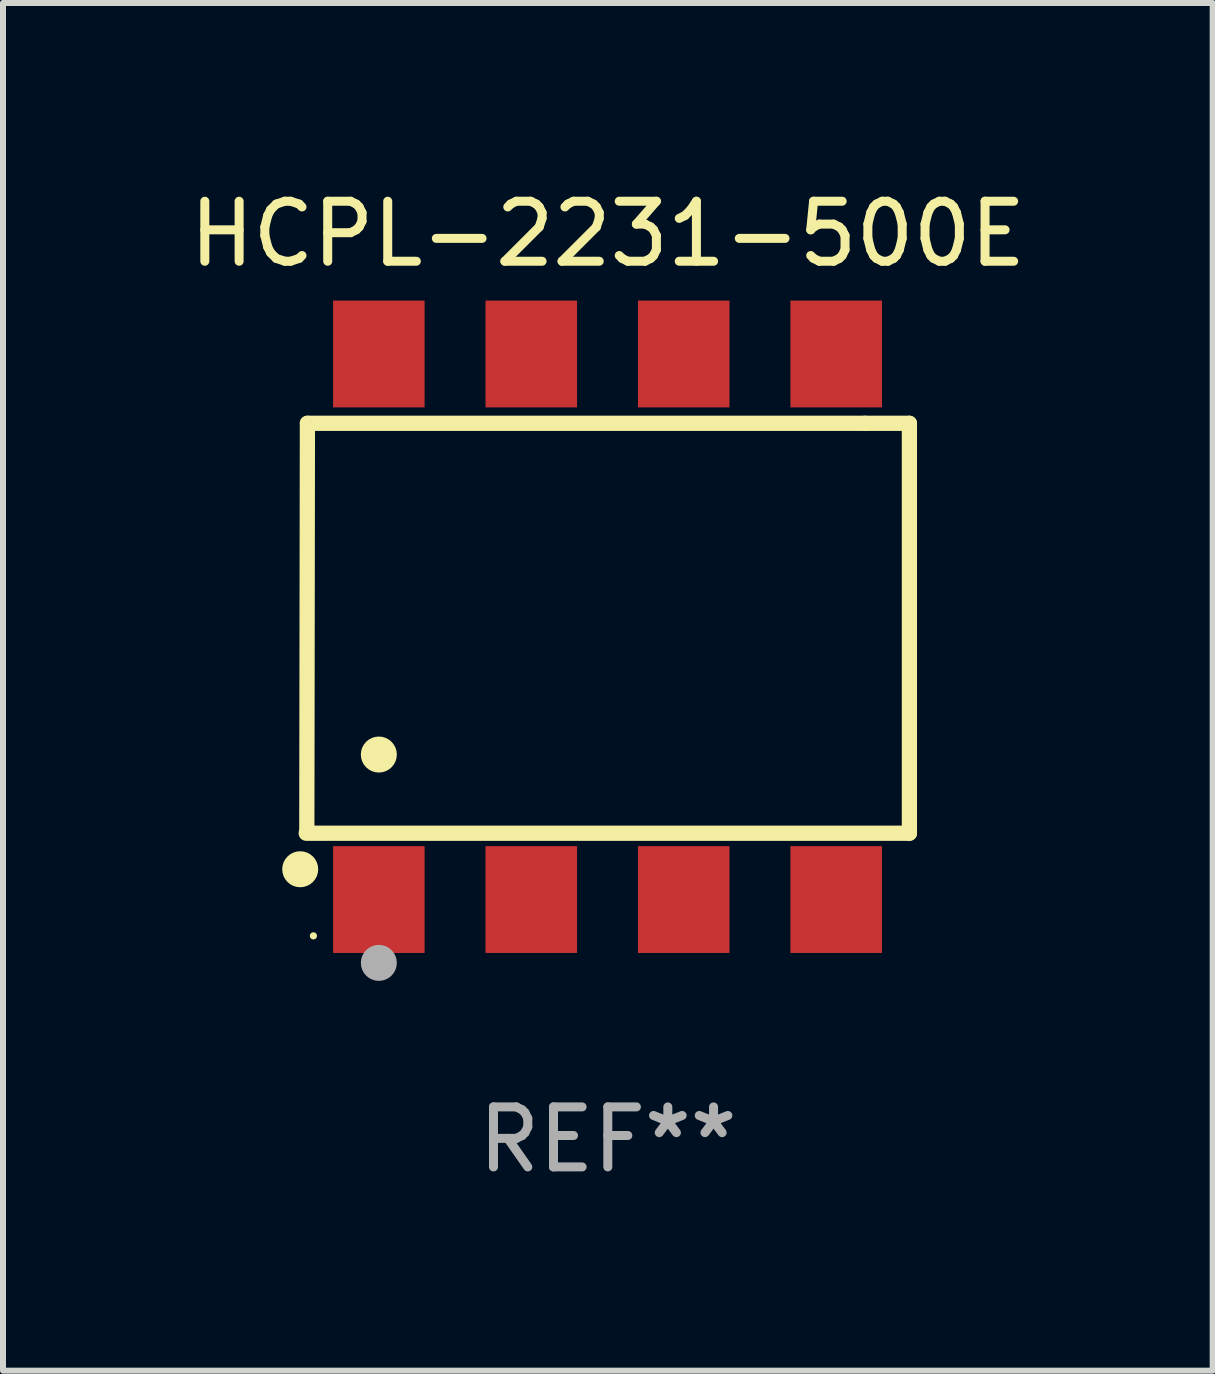
<source format=kicad_pcb>
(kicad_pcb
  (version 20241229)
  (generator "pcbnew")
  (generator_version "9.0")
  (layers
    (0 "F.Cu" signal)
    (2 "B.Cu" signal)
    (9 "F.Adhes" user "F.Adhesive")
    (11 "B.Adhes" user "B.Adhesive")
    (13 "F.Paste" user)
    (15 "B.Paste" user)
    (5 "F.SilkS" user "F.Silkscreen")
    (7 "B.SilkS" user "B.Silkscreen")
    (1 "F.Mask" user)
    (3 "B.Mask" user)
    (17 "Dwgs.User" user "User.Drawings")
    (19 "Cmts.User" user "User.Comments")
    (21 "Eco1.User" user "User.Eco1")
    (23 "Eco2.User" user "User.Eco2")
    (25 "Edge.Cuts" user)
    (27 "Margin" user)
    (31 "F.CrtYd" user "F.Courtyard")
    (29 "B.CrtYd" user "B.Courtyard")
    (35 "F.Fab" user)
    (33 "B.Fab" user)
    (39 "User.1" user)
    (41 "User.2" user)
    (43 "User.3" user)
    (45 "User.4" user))
  (footprint "HCPL-2231-500E"
    (layer "F.Cu")
    (at 7.077 7.393)
    (property "Reference" "HCPL-2231-500E" (at 0 -6.545 0) (layer "F.SilkS") (effects (font (size 1 1) (thickness 0.15))))
    (attr through_hole)
    (fp_line (start -5.005 -3.39) (end -5.015 3.42) (stroke (width 0.254) (type solid)) (layer "F.SilkS"))
    (fp_line (start 4.285 -3.39) (end -5.005 -3.39) (stroke (width 0.254) (type solid)) (layer "F.SilkS"))
    (fp_line (start 4.285 -3.39) (end 5.025 -3.39) (stroke (width 0.254) (type solid)) (layer "F.SilkS"))
    (fp_line (start 5.025 -3.39) (end 5.025 3.44) (stroke (width 0.254) (type solid)) (layer "F.SilkS"))
    (fp_line (start 5.025 3.44) (end -5.025 3.44) (stroke (width 0.254) (type solid)) (layer "F.SilkS"))
    (fp_circle (center -5.125 4.04) (end -4.975 4.04) (stroke (width 0.3) (type solid)) (fill no) (layer "F.SilkS"))
    (fp_circle (center -4.905 5.15) (end -4.875 5.15) (stroke (width 0.06) (type solid)) (fill no) (layer "F.SilkS"))
    (fp_circle (center -3.815 2.129) (end -3.665 2.129) (stroke (width 0.3) (type solid)) (fill no) (layer "F.SilkS"))
    (fp_circle (center -3.815 5.6) (end -3.665 5.6) (stroke (width 0.3) (type solid)) (fill no) (layer "F.Fab"))
    (fp_text user "REF**" (at 0 8.545 0) (layer "F.Fab") (effects (font (size 1 1) (thickness 0.15))))
    (pad "1" smd rect (at -3.815 4.545) (size 1.525 1.78) (layers "F.Cu" "F.Mask" "F.Paste"))
    (pad "2" smd rect (at -1.275 4.545) (size 1.525 1.78) (layers "F.Cu" "F.Mask" "F.Paste"))
    (pad "3" smd rect (at 1.265 4.545) (size 1.525 1.78) (layers "F.Cu" "F.Mask" "F.Paste"))
    (pad "4" smd rect (at 3.805 4.545) (size 1.525 1.78) (layers "F.Cu" "F.Mask" "F.Paste"))
    (pad "5" smd rect (at 3.805 -4.545) (size 1.525 1.78) (layers "F.Cu" "F.Mask" "F.Paste"))
    (pad "6" smd rect (at 1.265 -4.545) (size 1.525 1.78) (layers "F.Cu" "F.Mask" "F.Paste"))
    (pad "7" smd rect (at -1.275 -4.545) (size 1.525 1.78) (layers "F.Cu" "F.Mask" "F.Paste"))
    (pad "8" smd rect (at -3.815 -4.545) (size 1.525 1.78) (layers "F.Cu" "F.Mask" "F.Paste")))
  (gr_rect
    (start -3 -3)
    (end 17.155 19.787)
    (stroke (width 0.1) (type default))
    (fill no)
    (layer "Edge.Cuts")))
</source>
